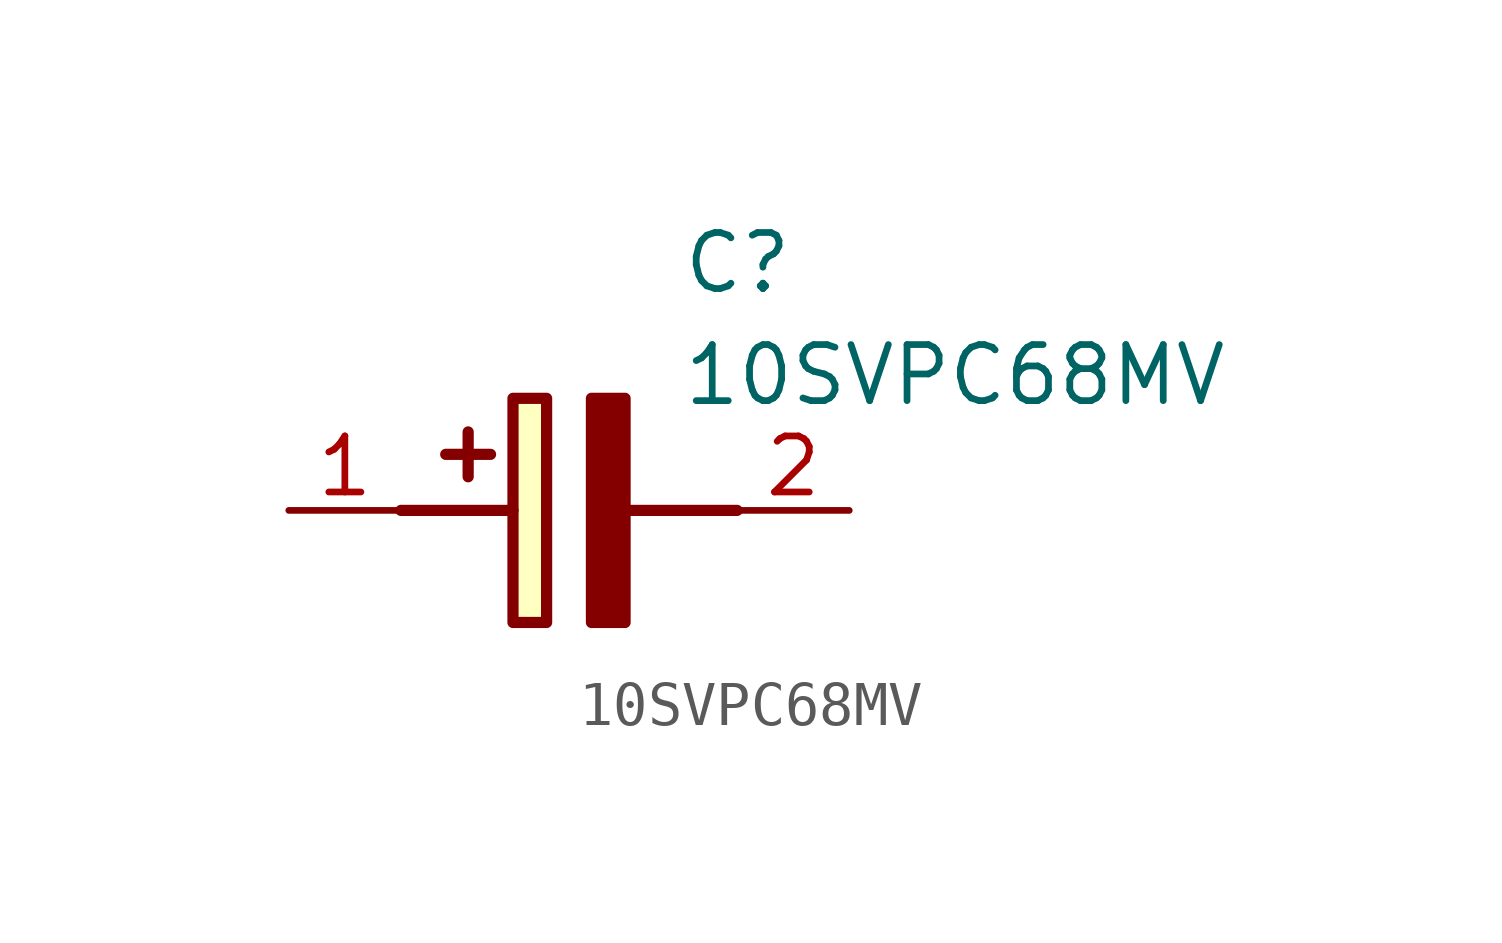
<source format=kicad_sym>
(kicad_symbol_lib
  (version 20211014)
  (generator SamacSys_ECAD_Model)
  (symbol "10SVPC68MV"
    (pin_names hide)
    (property "Reference" "C"
      (at 8.89 6.35 0)
      (effects (font (size 1.27 1.27)) (justify left top)))
    (property "Value" "10SVPC68MV"
      (at 8.89 3.81 0)
      (effects (font (size 1.27 1.27)) (justify left top)))
    (rectangle
      (start 5.08 2.54)
      (end 5.842 -2.54)
      (stroke (width 0.254) (type default))
      (fill (type background)))
    (polyline
      (pts (xy 4.572 1.27) (xy 3.556 1.27))
      (stroke (width 0.254) (type default))
      (fill (type none)))
    (polyline
      (pts (xy 4.064 1.778) (xy 4.064 0.762))
      (stroke (width 0.254) (type default))
      (fill (type none)))
    (polyline
      (pts (xy 2.54 0) (xy 5.08 0))
      (stroke (width 0.254) (type default))
      (fill (type none)))
    (polyline
      (pts (xy 7.62 0) (xy 10.16 0))
      (stroke (width 0.254) (type default))
      (fill (type none)))
    (polyline
      (pts (xy 7.62 2.54) (xy 7.62 -2.54) (xy 6.858 -2.54) (xy 6.858 2.54) (xy 7.62 2.54))
      (stroke (width 0.254) (type default))
      (fill (type outline)))
    (pin passive line
      (at 0 0 0)
      (length 2.54)
      (name "+" (effects (font (size 1.27 1.27))))
      (number "1" (effects (font (size 1.27 1.27)))))
    (pin passive line
      (at 12.7 0 180)
      (length 2.54)
      (name "-" (effects (font (size 1.27 1.27))))
      (number "2" (effects (font (size 1.27 1.27)))))))
</source>
